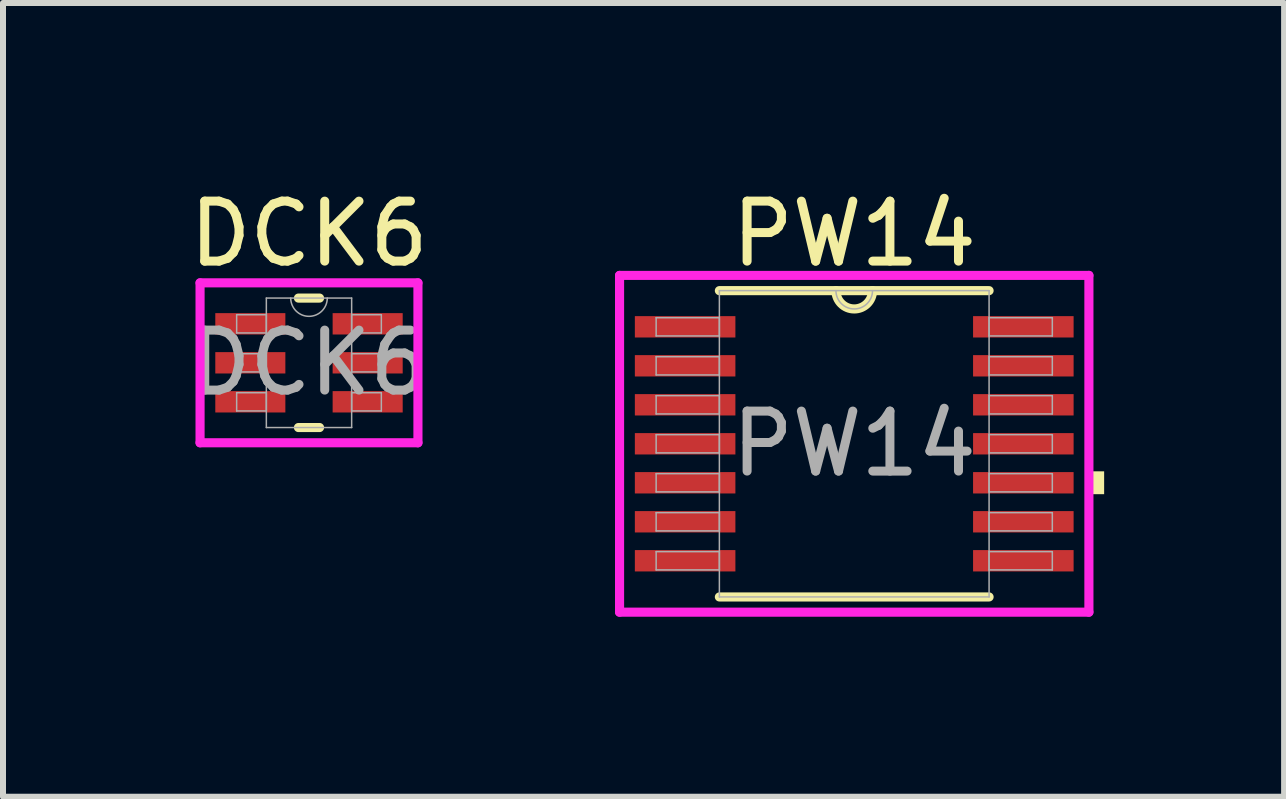
<source format=kicad_pcb>
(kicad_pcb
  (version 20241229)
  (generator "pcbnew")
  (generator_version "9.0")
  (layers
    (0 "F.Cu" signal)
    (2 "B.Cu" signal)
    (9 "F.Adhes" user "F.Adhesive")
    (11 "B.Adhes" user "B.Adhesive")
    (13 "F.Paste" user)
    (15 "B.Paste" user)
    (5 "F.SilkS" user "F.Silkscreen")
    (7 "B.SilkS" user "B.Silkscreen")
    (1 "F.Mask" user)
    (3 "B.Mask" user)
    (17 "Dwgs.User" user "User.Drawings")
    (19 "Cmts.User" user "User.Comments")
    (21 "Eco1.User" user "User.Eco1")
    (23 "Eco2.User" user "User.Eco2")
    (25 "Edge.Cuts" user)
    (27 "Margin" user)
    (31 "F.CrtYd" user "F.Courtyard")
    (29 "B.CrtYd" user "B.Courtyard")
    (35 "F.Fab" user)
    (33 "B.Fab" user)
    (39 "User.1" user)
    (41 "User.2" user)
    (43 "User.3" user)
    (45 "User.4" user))
  (footprint "PW14"
    (layer "F.Cu")
    (at 11.19 4.348)
    (property "Reference" "PW14" (at 0 -3.5 0) (unlocked yes) (layer "F.SilkS") (effects (font (size 1 1) (thickness 0.15))))
    (attr smd)
    (fp_line (start -2.248 2.553) (end 2.248 2.553) (stroke (width 0.152) (type solid)) (layer "F.SilkS"))
    (fp_line (start 2.248 -2.553) (end -2.248 -2.553) (stroke (width 0.152) (type solid)) (layer "F.SilkS"))
    (fp_arc (start 0.3048 -2.5527) (mid 0 -2.2479) (end -0.3048 -2.5527) (stroke (width 0.1524) (type solid)) (layer "F.SilkS"))
    (fp_poly (pts (xy 4.166 0.459) (xy 4.166 0.84) (xy 3.912 0.84) (xy 3.912 0.459)) (stroke (width 0) (type solid)) (fill yes) (layer "F.SilkS"))
    (fp_line (start -3.912 -2.807) (end 3.912 -2.807) (stroke (width 0.152) (type solid)) (layer "F.CrtYd"))
    (fp_line (start -3.912 2.807) (end -3.912 -2.807) (stroke (width 0.152) (type solid)) (layer "F.CrtYd"))
    (fp_line (start 3.912 -2.807) (end 3.912 2.807) (stroke (width 0.152) (type solid)) (layer "F.CrtYd"))
    (fp_line (start 3.912 2.807) (end -3.912 2.807) (stroke (width 0.152) (type solid)) (layer "F.CrtYd"))
    (fp_line (start -3.302 -2.102) (end -3.302 -1.798) (stroke (width 0.025) (type solid)) (layer "F.Fab"))
    (fp_line (start -3.302 -1.798) (end -2.248 -1.798) (stroke (width 0.025) (type solid)) (layer "F.Fab"))
    (fp_line (start -3.302 -1.452) (end -3.302 -1.148) (stroke (width 0.025) (type solid)) (layer "F.Fab"))
    (fp_line (start -3.302 -1.148) (end -2.248 -1.148) (stroke (width 0.025) (type solid)) (layer "F.Fab"))
    (fp_line (start -3.302 -0.802) (end -3.302 -0.498) (stroke (width 0.025) (type solid)) (layer "F.Fab"))
    (fp_line (start -3.302 -0.498) (end -2.248 -0.498) (stroke (width 0.025) (type solid)) (layer "F.Fab"))
    (fp_line (start -3.302 -0.152) (end -3.302 0.152) (stroke (width 0.025) (type solid)) (layer "F.Fab"))
    (fp_line (start -3.302 0.152) (end -2.248 0.152) (stroke (width 0.025) (type solid)) (layer "F.Fab"))
    (fp_line (start -3.302 0.498) (end -3.302 0.802) (stroke (width 0.025) (type solid)) (layer "F.Fab"))
    (fp_line (start -3.302 0.802) (end -2.248 0.802) (stroke (width 0.025) (type solid)) (layer "F.Fab"))
    (fp_line (start -3.302 1.148) (end -3.302 1.452) (stroke (width 0.025) (type solid)) (layer "F.Fab"))
    (fp_line (start -3.302 1.452) (end -2.248 1.452) (stroke (width 0.025) (type solid)) (layer "F.Fab"))
    (fp_line (start -3.302 1.798) (end -3.302 2.102) (stroke (width 0.025) (type solid)) (layer "F.Fab"))
    (fp_line (start -3.302 2.102) (end -2.248 2.102) (stroke (width 0.025) (type solid)) (layer "F.Fab"))
    (fp_line (start -2.248 -2.553) (end -2.248 2.553) (stroke (width 0.025) (type solid)) (layer "F.Fab"))
    (fp_line (start -2.248 -2.102) (end -3.302 -2.102) (stroke (width 0.025) (type solid)) (layer "F.Fab"))
    (fp_line (start -2.248 -1.798) (end -2.248 -2.102) (stroke (width 0.025) (type solid)) (layer "F.Fab"))
    (fp_line (start -2.248 -1.452) (end -3.302 -1.452) (stroke (width 0.025) (type solid)) (layer "F.Fab"))
    (fp_line (start -2.248 -1.148) (end -2.248 -1.452) (stroke (width 0.025) (type solid)) (layer "F.Fab"))
    (fp_line (start -2.248 -0.802) (end -3.302 -0.802) (stroke (width 0.025) (type solid)) (layer "F.Fab"))
    (fp_line (start -2.248 -0.498) (end -2.248 -0.802) (stroke (width 0.025) (type solid)) (layer "F.Fab"))
    (fp_line (start -2.248 -0.152) (end -3.302 -0.152) (stroke (width 0.025) (type solid)) (layer "F.Fab"))
    (fp_line (start -2.248 0.152) (end -2.248 -0.152) (stroke (width 0.025) (type solid)) (layer "F.Fab"))
    (fp_line (start -2.248 0.498) (end -3.302 0.498) (stroke (width 0.025) (type solid)) (layer "F.Fab"))
    (fp_line (start -2.248 0.802) (end -2.248 0.498) (stroke (width 0.025) (type solid)) (layer "F.Fab"))
    (fp_line (start -2.248 1.148) (end -3.302 1.148) (stroke (width 0.025) (type solid)) (layer "F.Fab"))
    (fp_line (start -2.248 1.452) (end -2.248 1.148) (stroke (width 0.025) (type solid)) (layer "F.Fab"))
    (fp_line (start -2.248 1.798) (end -3.302 1.798) (stroke (width 0.025) (type solid)) (layer "F.Fab"))
    (fp_line (start -2.248 2.102) (end -2.248 1.798) (stroke (width 0.025) (type solid)) (layer "F.Fab"))
    (fp_line (start -2.248 2.553) (end 2.248 2.553) (stroke (width 0.025) (type solid)) (layer "F.Fab"))
    (fp_line (start 2.248 -2.553) (end -2.248 -2.553) (stroke (width 0.025) (type solid)) (layer "F.Fab"))
    (fp_line (start 2.248 -2.102) (end 2.248 -1.798) (stroke (width 0.025) (type solid)) (layer "F.Fab"))
    (fp_line (start 2.248 -1.798) (end 3.302 -1.798) (stroke (width 0.025) (type solid)) (layer "F.Fab"))
    (fp_line (start 2.248 -1.452) (end 2.248 -1.148) (stroke (width 0.025) (type solid)) (layer "F.Fab"))
    (fp_line (start 2.248 -1.148) (end 3.302 -1.148) (stroke (width 0.025) (type solid)) (layer "F.Fab"))
    (fp_line (start 2.248 -0.802) (end 2.248 -0.498) (stroke (width 0.025) (type solid)) (layer "F.Fab"))
    (fp_line (start 2.248 -0.498) (end 3.302 -0.498) (stroke (width 0.025) (type solid)) (layer "F.Fab"))
    (fp_line (start 2.248 -0.152) (end 2.248 0.152) (stroke (width 0.025) (type solid)) (layer "F.Fab"))
    (fp_line (start 2.248 0.152) (end 3.302 0.152) (stroke (width 0.025) (type solid)) (layer "F.Fab"))
    (fp_line (start 2.248 0.498) (end 2.248 0.802) (stroke (width 0.025) (type solid)) (layer "F.Fab"))
    (fp_line (start 2.248 0.802) (end 3.302 0.802) (stroke (width 0.025) (type solid)) (layer "F.Fab"))
    (fp_line (start 2.248 1.148) (end 2.248 1.452) (stroke (width 0.025) (type solid)) (layer "F.Fab"))
    (fp_line (start 2.248 1.452) (end 3.302 1.452) (stroke (width 0.025) (type solid)) (layer "F.Fab"))
    (fp_line (start 2.248 1.798) (end 2.248 2.102) (stroke (width 0.025) (type solid)) (layer "F.Fab"))
    (fp_line (start 2.248 2.102) (end 3.302 2.102) (stroke (width 0.025) (type solid)) (layer "F.Fab"))
    (fp_line (start 2.248 2.553) (end 2.248 -2.553) (stroke (width 0.025) (type solid)) (layer "F.Fab"))
    (fp_line (start 3.302 -2.102) (end 2.248 -2.102) (stroke (width 0.025) (type solid)) (layer "F.Fab"))
    (fp_line (start 3.302 -1.798) (end 3.302 -2.102) (stroke (width 0.025) (type solid)) (layer "F.Fab"))
    (fp_line (start 3.302 -1.452) (end 2.248 -1.452) (stroke (width 0.025) (type solid)) (layer "F.Fab"))
    (fp_line (start 3.302 -1.148) (end 3.302 -1.452) (stroke (width 0.025) (type solid)) (layer "F.Fab"))
    (fp_line (start 3.302 -0.802) (end 2.248 -0.802) (stroke (width 0.025) (type solid)) (layer "F.Fab"))
    (fp_line (start 3.302 -0.498) (end 3.302 -0.802) (stroke (width 0.025) (type solid)) (layer "F.Fab"))
    (fp_line (start 3.302 -0.152) (end 2.248 -0.152) (stroke (width 0.025) (type solid)) (layer "F.Fab"))
    (fp_line (start 3.302 0.152) (end 3.302 -0.152) (stroke (width 0.025) (type solid)) (layer "F.Fab"))
    (fp_line (start 3.302 0.498) (end 2.248 0.498) (stroke (width 0.025) (type solid)) (layer "F.Fab"))
    (fp_line (start 3.302 0.802) (end 3.302 0.498) (stroke (width 0.025) (type solid)) (layer "F.Fab"))
    (fp_line (start 3.302 1.148) (end 2.248 1.148) (stroke (width 0.025) (type solid)) (layer "F.Fab"))
    (fp_line (start 3.302 1.452) (end 3.302 1.148) (stroke (width 0.025) (type solid)) (layer "F.Fab"))
    (fp_line (start 3.302 1.798) (end 2.248 1.798) (stroke (width 0.025) (type solid)) (layer "F.Fab"))
    (fp_line (start 3.302 2.102) (end 3.302 1.798) (stroke (width 0.025) (type solid)) (layer "F.Fab"))
    (fp_arc (start 0.3048 -2.5527) (mid 0 -2.2479) (end -0.3048 -2.5527) (stroke (width 0.0254) (type solid)) (layer "F.Fab"))
    (fp_text user "${REFERENCE}" (at 0 0 0) (unlocked yes) (layer "F.Fab") (effects (font (size 1 1) (thickness 0.15))))
    (pad "1" smd rect (at -2.819 -1.95) (size 1.676 0.356) (layers "F.Cu" "F.Mask" "F.Paste"))
    (pad "2" smd rect (at -2.819 -1.3) (size 1.676 0.356) (layers "F.Cu" "F.Mask" "F.Paste"))
    (pad "3" smd rect (at -2.819 -0.65) (size 1.676 0.356) (layers "F.Cu" "F.Mask" "F.Paste"))
    (pad "4" smd rect (at -2.819 0) (size 1.676 0.356) (layers "F.Cu" "F.Mask" "F.Paste"))
    (pad "5" smd rect (at -2.819 0.65) (size 1.676 0.356) (layers "F.Cu" "F.Mask" "F.Paste"))
    (pad "6" smd rect (at -2.819 1.3) (size 1.676 0.356) (layers "F.Cu" "F.Mask" "F.Paste"))
    (pad "7" smd rect (at -2.819 1.95) (size 1.676 0.356) (layers "F.Cu" "F.Mask" "F.Paste"))
    (pad "8" smd rect (at 2.819 1.95) (size 1.676 0.356) (layers "F.Cu" "F.Mask" "F.Paste"))
    (pad "9" smd rect (at 2.819 1.3) (size 1.676 0.356) (layers "F.Cu" "F.Mask" "F.Paste"))
    (pad "10" smd rect (at 2.819 0.65) (size 1.676 0.356) (layers "F.Cu" "F.Mask" "F.Paste"))
    (pad "11" smd rect (at 2.819 0) (size 1.676 0.356) (layers "F.Cu" "F.Mask" "F.Paste"))
    (pad "12" smd rect (at 2.819 -0.65) (size 1.676 0.356) (layers "F.Cu" "F.Mask" "F.Paste"))
    (pad "13" smd rect (at 2.819 -1.3) (size 1.676 0.356) (layers "F.Cu" "F.Mask" "F.Paste"))
    (pad "14" smd rect (at 2.819 -1.95) (size 1.676 0.356) (layers "F.Cu" "F.Mask" "F.Paste")))
  (footprint "DCK6"
    (layer "F.Cu")
    (at 2.101 2.998)
    (property "Reference" "DCK6" (at 0 -2.15 0) (unlocked yes) (layer "F.SilkS") (effects (font (size 1 1) (thickness 0.15))))
    (attr smd)
    (fp_line (start -0.176 1.079) (end 0.176 1.079) (stroke (width 0.152) (type solid)) (layer "F.SilkS"))
    (fp_line (start 0.176 -1.079) (end -0.176 -1.079) (stroke (width 0.152) (type solid)) (layer "F.SilkS"))
    (fp_line (start -1.816 -1.333) (end 1.816 -1.333) (stroke (width 0.152) (type solid)) (layer "F.CrtYd"))
    (fp_line (start -1.816 1.333) (end -1.816 -1.333) (stroke (width 0.152) (type solid)) (layer "F.CrtYd"))
    (fp_line (start 1.816 -1.333) (end 1.816 1.333) (stroke (width 0.152) (type solid)) (layer "F.CrtYd"))
    (fp_line (start 1.816 1.333) (end -1.816 1.333) (stroke (width 0.152) (type solid)) (layer "F.CrtYd"))
    (fp_line (start -1.206 -0.802) (end -1.206 -0.498) (stroke (width 0.025) (type solid)) (layer "F.Fab"))
    (fp_line (start -1.206 -0.498) (end -0.711 -0.498) (stroke (width 0.025) (type solid)) (layer "F.Fab"))
    (fp_line (start -1.206 -0.152) (end -1.206 0.152) (stroke (width 0.025) (type solid)) (layer "F.Fab"))
    (fp_line (start -1.206 0.152) (end -0.711 0.152) (stroke (width 0.025) (type solid)) (layer "F.Fab"))
    (fp_line (start -1.206 0.498) (end -1.206 0.802) (stroke (width 0.025) (type solid)) (layer "F.Fab"))
    (fp_line (start -1.206 0.802) (end -0.711 0.802) (stroke (width 0.025) (type solid)) (layer "F.Fab"))
    (fp_line (start -0.711 -1.079) (end -0.711 1.079) (stroke (width 0.025) (type solid)) (layer "F.Fab"))
    (fp_line (start -0.711 -0.802) (end -1.206 -0.802) (stroke (width 0.025) (type solid)) (layer "F.Fab"))
    (fp_line (start -0.711 -0.498) (end -0.711 -0.802) (stroke (width 0.025) (type solid)) (layer "F.Fab"))
    (fp_line (start -0.711 -0.152) (end -1.206 -0.152) (stroke (width 0.025) (type solid)) (layer "F.Fab"))
    (fp_line (start -0.711 0.152) (end -0.711 -0.152) (stroke (width 0.025) (type solid)) (layer "F.Fab"))
    (fp_line (start -0.711 0.498) (end -1.206 0.498) (stroke (width 0.025) (type solid)) (layer "F.Fab"))
    (fp_line (start -0.711 0.802) (end -0.711 0.498) (stroke (width 0.025) (type solid)) (layer "F.Fab"))
    (fp_line (start -0.711 1.079) (end 0.711 1.079) (stroke (width 0.025) (type solid)) (layer "F.Fab"))
    (fp_line (start 0.711 -1.079) (end -0.711 -1.079) (stroke (width 0.025) (type solid)) (layer "F.Fab"))
    (fp_line (start 0.711 -0.802) (end 0.711 -0.498) (stroke (width 0.025) (type solid)) (layer "F.Fab"))
    (fp_line (start 0.711 -0.498) (end 1.206 -0.498) (stroke (width 0.025) (type solid)) (layer "F.Fab"))
    (fp_line (start 0.711 -0.152) (end 0.711 0.152) (stroke (width 0.025) (type solid)) (layer "F.Fab"))
    (fp_line (start 0.711 0.152) (end 1.206 0.152) (stroke (width 0.025) (type solid)) (layer "F.Fab"))
    (fp_line (start 0.711 0.498) (end 0.711 0.802) (stroke (width 0.025) (type solid)) (layer "F.Fab"))
    (fp_line (start 0.711 0.802) (end 1.206 0.802) (stroke (width 0.025) (type solid)) (layer "F.Fab"))
    (fp_line (start 0.711 1.079) (end 0.711 -1.079) (stroke (width 0.025) (type solid)) (layer "F.Fab"))
    (fp_line (start 1.206 -0.802) (end 0.711 -0.802) (stroke (width 0.025) (type solid)) (layer "F.Fab"))
    (fp_line (start 1.206 -0.498) (end 1.206 -0.802) (stroke (width 0.025) (type solid)) (layer "F.Fab"))
    (fp_line (start 1.206 -0.152) (end 0.711 -0.152) (stroke (width 0.025) (type solid)) (layer "F.Fab"))
    (fp_line (start 1.206 0.152) (end 1.206 -0.152) (stroke (width 0.025) (type solid)) (layer "F.Fab"))
    (fp_line (start 1.206 0.498) (end 0.711 0.498) (stroke (width 0.025) (type solid)) (layer "F.Fab"))
    (fp_line (start 1.206 0.802) (end 1.206 0.498) (stroke (width 0.025) (type solid)) (layer "F.Fab"))
    (fp_arc (start 0.3048 -1.0795) (mid 0 -0.7747) (end -0.3048 -1.0795) (stroke (width 0.0254) (type solid)) (layer "F.Fab"))
    (fp_text user "${REFERENCE}" (at 0 0 0) (unlocked yes) (layer "F.Fab") (effects (font (size 1 1) (thickness 0.15))))
    (pad "1" smd rect (at -0.978 -0.65) (size 1.168 0.356) (layers "F.Cu" "F.Mask" "F.Paste"))
    (pad "2" smd rect (at -0.978 0) (size 1.168 0.356) (layers "F.Cu" "F.Mask" "F.Paste"))
    (pad "3" smd rect (at -0.978 0.65) (size 1.168 0.356) (layers "F.Cu" "F.Mask" "F.Paste"))
    (pad "4" smd rect (at 0.978 0.65) (size 1.168 0.356) (layers "F.Cu" "F.Mask" "F.Paste"))
    (pad "5" smd rect (at 0.978 0) (size 1.168 0.356) (layers "F.Cu" "F.Mask" "F.Paste"))
    (pad "6" smd rect (at 0.978 -0.65) (size 1.168 0.356) (layers "F.Cu" "F.Mask" "F.Paste")))
  (gr_rect
    (start -3 -3)
    (end 18.356 10.231)
    (stroke (width 0.1) (type default))
    (fill no)
    (layer "Edge.Cuts")))
</source>
